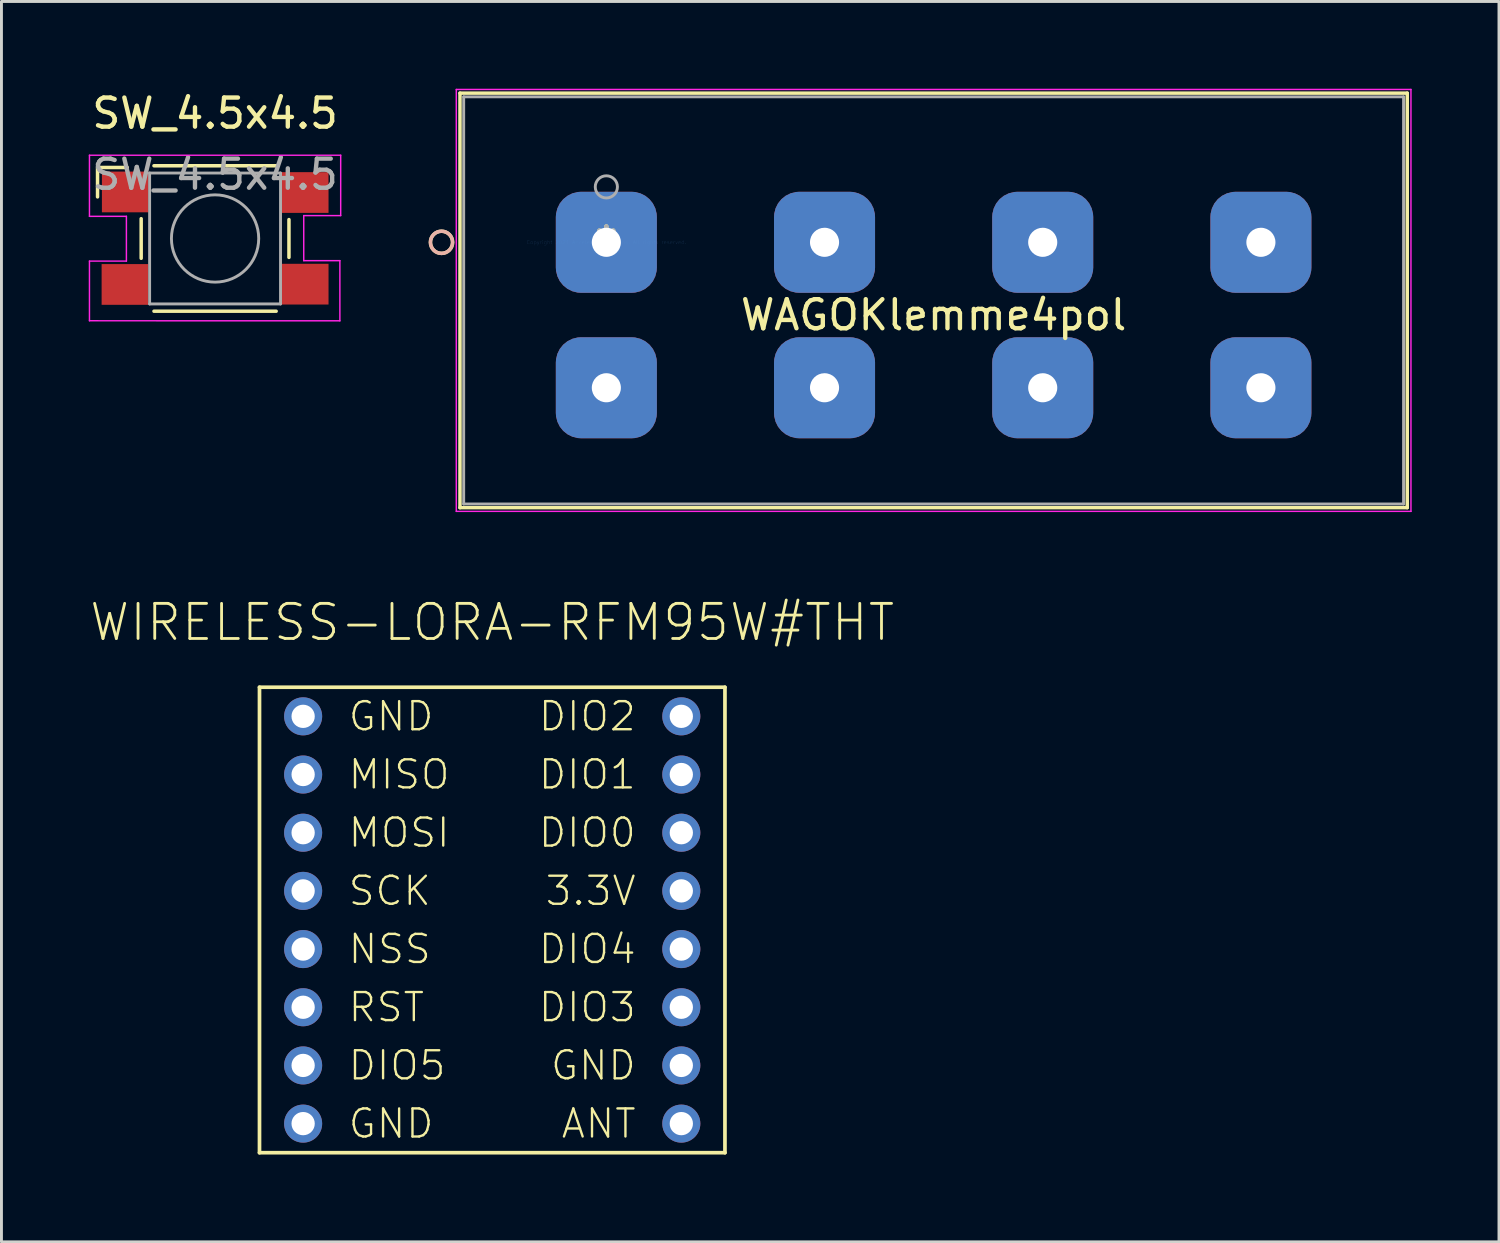
<source format=kicad_pcb>
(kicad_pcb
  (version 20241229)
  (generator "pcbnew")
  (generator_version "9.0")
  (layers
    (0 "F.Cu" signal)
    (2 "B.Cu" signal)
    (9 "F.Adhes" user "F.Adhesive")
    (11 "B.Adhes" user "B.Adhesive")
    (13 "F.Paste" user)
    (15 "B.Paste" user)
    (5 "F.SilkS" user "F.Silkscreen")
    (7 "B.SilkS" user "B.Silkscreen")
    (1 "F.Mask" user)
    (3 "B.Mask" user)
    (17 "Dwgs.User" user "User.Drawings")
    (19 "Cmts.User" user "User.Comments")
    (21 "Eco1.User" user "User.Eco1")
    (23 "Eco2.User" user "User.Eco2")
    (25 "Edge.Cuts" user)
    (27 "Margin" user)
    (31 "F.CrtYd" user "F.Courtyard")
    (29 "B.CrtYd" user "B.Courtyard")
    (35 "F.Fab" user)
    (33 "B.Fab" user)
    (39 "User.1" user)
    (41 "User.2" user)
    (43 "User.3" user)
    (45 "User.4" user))
  (footprint "WAGOKlemme4pol"
    (layer "F.Cu")
    (at 17.793 5.279)
    (property "Reference" "WAGOKlemme4pol" (at 11.25 2.5 0) (layer "F.SilkS") (effects (font (size 1 1) (thickness 0.15))))
    (attr through_hole)
    (fp_line (start -5.031 -5.127) (end -5.031 9.122) (stroke (width 0.12) (type solid)) (layer "F.SilkS"))
    (fp_line (start -5.031 9.122) (end 27.531 9.122) (stroke (width 0.12) (type solid)) (layer "F.SilkS"))
    (fp_line (start 27.531 -5.127) (end -5.031 -5.127) (stroke (width 0.12) (type solid)) (layer "F.SilkS"))
    (fp_line (start 27.531 9.122) (end 27.531 -5.127) (stroke (width 0.12) (type solid)) (layer "F.SilkS"))
    (fp_circle (center -5.666 0) (end -5.285 0) (stroke (width 0.12) (type solid)) (fill no) (layer "F.SilkS"))
    (fp_circle (center -5.666 0) (end -5.285 0) (stroke (width 0.12) (type solid)) (fill no) (layer "B.SilkS"))
    (fp_line (start -5.158 -5.254) (end -5.158 9.249) (stroke (width 0.05) (type solid)) (layer "F.CrtYd"))
    (fp_line (start -5.158 9.249) (end 27.658 9.249) (stroke (width 0.05) (type solid)) (layer "F.CrtYd"))
    (fp_line (start 27.658 -5.254) (end -5.158 -5.254) (stroke (width 0.05) (type solid)) (layer "F.CrtYd"))
    (fp_line (start 27.658 9.249) (end 27.658 -5.254) (stroke (width 0.05) (type solid)) (layer "F.CrtYd"))
    (fp_line (start -4.904 -5) (end -4.904 8.995) (stroke (width 0.1) (type solid)) (layer "F.Fab"))
    (fp_line (start -4.904 8.995) (end 27.404 8.995) (stroke (width 0.1) (type solid)) (layer "F.Fab"))
    (fp_line (start 27.404 -5) (end -4.904 -5) (stroke (width 0.1) (type solid)) (layer "F.Fab"))
    (fp_line (start 27.404 8.995) (end 27.404 -5) (stroke (width 0.1) (type solid)) (layer "F.Fab"))
    (fp_circle (center 0 -1.905) (end 0.381 -1.905) (stroke (width 0.1) (type solid)) (fill no) (layer "F.Fab"))
    (fp_text user "*" (at 0 0 0) (layer "F.SilkS") (effects (font (size 1 1) (thickness 0.15))))
    (fp_text user "Copyright 2021 Accelerated Designs. All rights reserved." (at 0 0 0) (layer "Cmts.User") (effects (font (size 0.127 0.127) (thickness 0.002))))
    (fp_text user "*" (at 0 0 0) (layer "F.Fab") (effects (font (size 1 1) (thickness 0.15))))
    (pad "1" thru_hole roundrect (at 0 0) (size 3.473 3.473) (drill 1) (layers "*.Cu" "*.Mask") (roundrect_rratio 0.25))
    (pad "2" thru_hole roundrect (at 0 5) (size 3.473 3.473) (drill 1) (layers "*.Cu" "*.Mask") (roundrect_rratio 0.25))
    (pad "3" thru_hole roundrect (at 7.5 0) (size 3.473 3.473) (drill 1) (layers "*.Cu" "*.Mask") (roundrect_rratio 0.25))
    (pad "4" thru_hole roundrect (at 7.5 5) (size 3.473 3.473) (drill 1) (layers "*.Cu" "*.Mask") (roundrect_rratio 0.25))
    (pad "5" thru_hole roundrect (at 15 0) (size 3.473 3.473) (drill 1) (layers "*.Cu" "*.Mask") (roundrect_rratio 0.25))
    (pad "6" thru_hole roundrect (at 15 5) (size 3.473 3.473) (drill 1) (layers "*.Cu" "*.Mask") (roundrect_rratio 0.25))
    (pad "7" thru_hole roundrect (at 22.5 0) (size 3.473 3.473) (drill 1) (layers "*.Cu" "*.Mask") (roundrect_rratio 0.25))
    (pad "8" thru_hole roundrect (at 22.5 5) (size 3.473 3.473) (drill 1) (layers "*.Cu" "*.Mask") (roundrect_rratio 0.25)))
  (footprint "SW_4.5x4.5"
    (layer "F.Cu")
    (at 4.343 5.148)
    (property "Reference" "SW_4.5x4.5" (at 0 -4.3 0) (layer "F.SilkS") (effects (font (size 1 1) (thickness 0.15))))
    (attr smd)
    (fp_line (start -4.04 -1.43) (end -4.04 -2.43) (stroke (width 0.12) (type solid)) (layer "F.SilkS"))
    (fp_line (start -4.02 -2.44) (end -3.02 -2.44) (stroke (width 0.12) (type solid)) (layer "F.SilkS"))
    (fp_line (start -2.54 -0.68) (end -2.54 0.68) (stroke (width 0.12) (type solid)) (layer "F.SilkS"))
    (fp_line (start 2.1 -2.5) (end -2.1 -2.5) (stroke (width 0.12) (type solid)) (layer "F.SilkS"))
    (fp_line (start 2.1 2.5) (end -2.1 2.5) (stroke (width 0.12) (type solid)) (layer "F.SilkS"))
    (fp_line (start 2.54 -0.65) (end 2.54 0.65) (stroke (width 0.12) (type solid)) (layer "F.SilkS"))
    (fp_line (start -4.318 -2.862) (end 4.318 -2.862) (stroke (width 0.05) (type solid)) (layer "F.CrtYd"))
    (fp_line (start -4.318 -0.762) (end -4.318 -2.862) (stroke (width 0.05) (type solid)) (layer "F.CrtYd"))
    (fp_line (start -4.318 0.777) (end -3.048 0.777) (stroke (width 0.05) (type solid)) (layer "F.CrtYd"))
    (fp_line (start -4.318 2.828) (end -4.318 0.777) (stroke (width 0.05) (type solid)) (layer "F.CrtYd"))
    (fp_line (start -4.318 2.828) (end 4.29 2.83) (stroke (width 0.05) (type solid)) (layer "F.CrtYd"))
    (fp_line (start -3.048 -0.762) (end -4.318 -0.762) (stroke (width 0.05) (type solid)) (layer "F.CrtYd"))
    (fp_line (start -3.048 0.777) (end -3.048 -0.762) (stroke (width 0.05) (type solid)) (layer "F.CrtYd"))
    (fp_line (start 3.048 -0.787) (end 3.048 0.762) (stroke (width 0.05) (type solid)) (layer "F.CrtYd"))
    (fp_line (start 3.048 0.762) (end 4.29 0.762) (stroke (width 0.05) (type solid)) (layer "F.CrtYd"))
    (fp_line (start 4.29 0.762) (end 4.29 2.83) (stroke (width 0.05) (type solid)) (layer "F.CrtYd"))
    (fp_line (start 4.318 -2.862) (end 4.318 -0.787) (stroke (width 0.05) (type solid)) (layer "F.CrtYd"))
    (fp_line (start 4.318 -0.787) (end 3.048 -0.787) (stroke (width 0.05) (type solid)) (layer "F.CrtYd"))
    (fp_line (start -2.25 -2.25) (end 2.25 -2.25) (stroke (width 0.1) (type solid)) (layer "F.Fab"))
    (fp_line (start -2.25 2.25) (end -2.25 -2.25) (stroke (width 0.1) (type solid)) (layer "F.Fab"))
    (fp_line (start 2.25 -2.25) (end 2.25 2.25) (stroke (width 0.1) (type solid)) (layer "F.Fab"))
    (fp_line (start 2.25 2.25) (end -2.25 2.25) (stroke (width 0.1) (type solid)) (layer "F.Fab"))
    (fp_circle (center 0 0) (end 1.5 0) (stroke (width 0.1) (type solid)) (fill no) (layer "F.Fab"))
    (fp_text user "${REFERENCE}" (at 0 -2.2 0) (layer "F.Fab") (effects (font (size 1 1) (thickness 0.15))))
    (pad "1" smd rect (at -3.09 -1.6 180) (size 1.6 1.4) (layers "F.Cu" "F.Mask" "F.Paste"))
    (pad "2" smd rect (at 3.1 -1.58 180) (size 1.6 1.4) (layers "F.Cu" "F.Mask" "F.Paste"))
    (pad "3" smd rect (at -3.1 1.58 180) (size 1.6 1.4) (layers "F.Cu" "F.Mask" "F.Paste"))
    (pad "4" smd rect (at 3.1 1.57 180) (size 1.6 1.4) (layers "F.Cu" "F.Mask" "F.Paste")))
  (footprint "WIRELESS-LORA-RFM95W#THT"
    (layer "F.Cu")
    (at 13.87 28.574)
    (property "Reference" "WIRELESS-LORA-RFM95W#THT" (at 0 -9.525 180) (layer "F.SilkS") (effects (font (size 1.206 1.206) (thickness 0.097)) (justify bottom)))
    (attr through_hole)
    (fp_line (start -8 -8) (end -8 8) (stroke (width 0.127) (type solid)) (layer "F.SilkS"))
    (fp_line (start -8 -8) (end 8 -8) (stroke (width 0.127) (type solid)) (layer "F.SilkS"))
    (fp_line (start 8 8) (end -8 8) (stroke (width 0.127) (type solid)) (layer "F.SilkS"))
    (fp_line (start 8 8) (end 8 -8) (stroke (width 0.127) (type solid)) (layer "F.SilkS"))
    (fp_text user "RST" (at -5 3 0) (layer "F.SilkS") (effects (font (size 0.965 0.965) (thickness 0.081)) (justify left)))
    (fp_text user "GND" (at 5 5 0) (layer "F.SilkS") (effects (font (size 0.965 0.965) (thickness 0.081)) (justify right)))
    (fp_text user "DIO2" (at 5 -7 0) (layer "F.SilkS") (effects (font (size 0.965 0.965) (thickness 0.081)) (justify right)))
    (fp_text user "MOSI" (at -5 -3 0) (layer "F.SilkS") (effects (font (size 0.965 0.965) (thickness 0.081)) (justify left)))
    (fp_text user "DIO0" (at 5 -3 0) (layer "F.SilkS") (effects (font (size 0.965 0.965) (thickness 0.081)) (justify right)))
    (fp_text user "SCK" (at -5 -1 0) (layer "F.SilkS") (effects (font (size 0.965 0.965) (thickness 0.081)) (justify left)))
    (fp_text user "GND" (at -5 -7 0) (layer "F.SilkS") (effects (font (size 0.965 0.965) (thickness 0.081)) (justify left)))
    (fp_text user "ANT" (at 5 7 0) (layer "F.SilkS") (effects (font (size 0.965 0.965) (thickness 0.081)) (justify right)))
    (fp_text user "MISO" (at -5 -5 0) (layer "F.SilkS") (effects (font (size 0.965 0.965) (thickness 0.081)) (justify left)))
    (fp_text user "DIO3" (at 5 3 0) (layer "F.SilkS") (effects (font (size 0.965 0.965) (thickness 0.081)) (justify right)))
    (fp_text user "DIO5" (at -5 5 0) (layer "F.SilkS") (effects (font (size 0.965 0.965) (thickness 0.081)) (justify left)))
    (fp_text user "GND" (at -5 7 0) (layer "F.SilkS") (effects (font (size 0.965 0.965) (thickness 0.081)) (justify left)))
    (fp_text user "DIO4" (at 5 1 0) (layer "F.SilkS") (effects (font (size 0.965 0.965) (thickness 0.081)) (justify right)))
    (fp_text user "DIO1" (at 5 -5 0) (layer "F.SilkS") (effects (font (size 0.965 0.965) (thickness 0.081)) (justify right)))
    (fp_text user "3.3V" (at 5 -1 0) (layer "F.SilkS") (effects (font (size 0.965 0.965) (thickness 0.081)) (justify right)))
    (fp_text user "NSS" (at -5 1 0) (layer "F.SilkS") (effects (font (size 0.965 0.965) (thickness 0.081)) (justify left)))
    (pad "A1" thru_hole circle (at -6.5 -7) (size 1.308 1.308) (drill 0.8) (layers "*.Cu" "*.Mask"))
    (pad "A2" thru_hole circle (at -6.5 -5) (size 1.308 1.308) (drill 0.8) (layers "*.Cu" "*.Mask"))
    (pad "A3" thru_hole circle (at -6.5 -3) (size 1.308 1.308) (drill 0.8) (layers "*.Cu" "*.Mask"))
    (pad "A4" thru_hole circle (at -6.5 -1) (size 1.308 1.308) (drill 0.8) (layers "*.Cu" "*.Mask"))
    (pad "A5" thru_hole circle (at -6.5 1) (size 1.308 1.308) (drill 0.8) (layers "*.Cu" "*.Mask"))
    (pad "A6" thru_hole circle (at -6.5 3) (size 1.308 1.308) (drill 0.8) (layers "*.Cu" "*.Mask"))
    (pad "A7" thru_hole circle (at -6.5 5) (size 1.308 1.308) (drill 0.8) (layers "*.Cu" "*.Mask"))
    (pad "A8" thru_hole circle (at -6.5 7) (size 1.308 1.308) (drill 0.8) (layers "*.Cu" "*.Mask"))
    (pad "B1" thru_hole circle (at 6.5 -7) (size 1.308 1.308) (drill 0.8) (layers "*.Cu" "*.Mask"))
    (pad "B2" thru_hole circle (at 6.5 -5) (size 1.308 1.308) (drill 0.8) (layers "*.Cu" "*.Mask"))
    (pad "B3" thru_hole circle (at 6.5 -3) (size 1.308 1.308) (drill 0.8) (layers "*.Cu" "*.Mask"))
    (pad "B4" thru_hole circle (at 6.5 -1) (size 1.308 1.308) (drill 0.8) (layers "*.Cu" "*.Mask"))
    (pad "B5" thru_hole circle (at 6.5 1) (size 1.308 1.308) (drill 0.8) (layers "*.Cu" "*.Mask"))
    (pad "B6" thru_hole circle (at 6.5 3) (size 1.308 1.308) (drill 0.8) (layers "*.Cu" "*.Mask"))
    (pad "B7" thru_hole circle (at 6.5 5) (size 1.308 1.308) (drill 0.8) (layers "*.Cu" "*.Mask"))
    (pad "B8" thru_hole circle (at 6.5 7) (size 1.308 1.308) (drill 0.8) (layers "*.Cu" "*.Mask")))
  (gr_rect
    (start -3 -3)
    (end 48.477 39.638)
    (stroke (width 0.1) (type default))
    (fill no)
    (layer "Edge.Cuts")))
</source>
